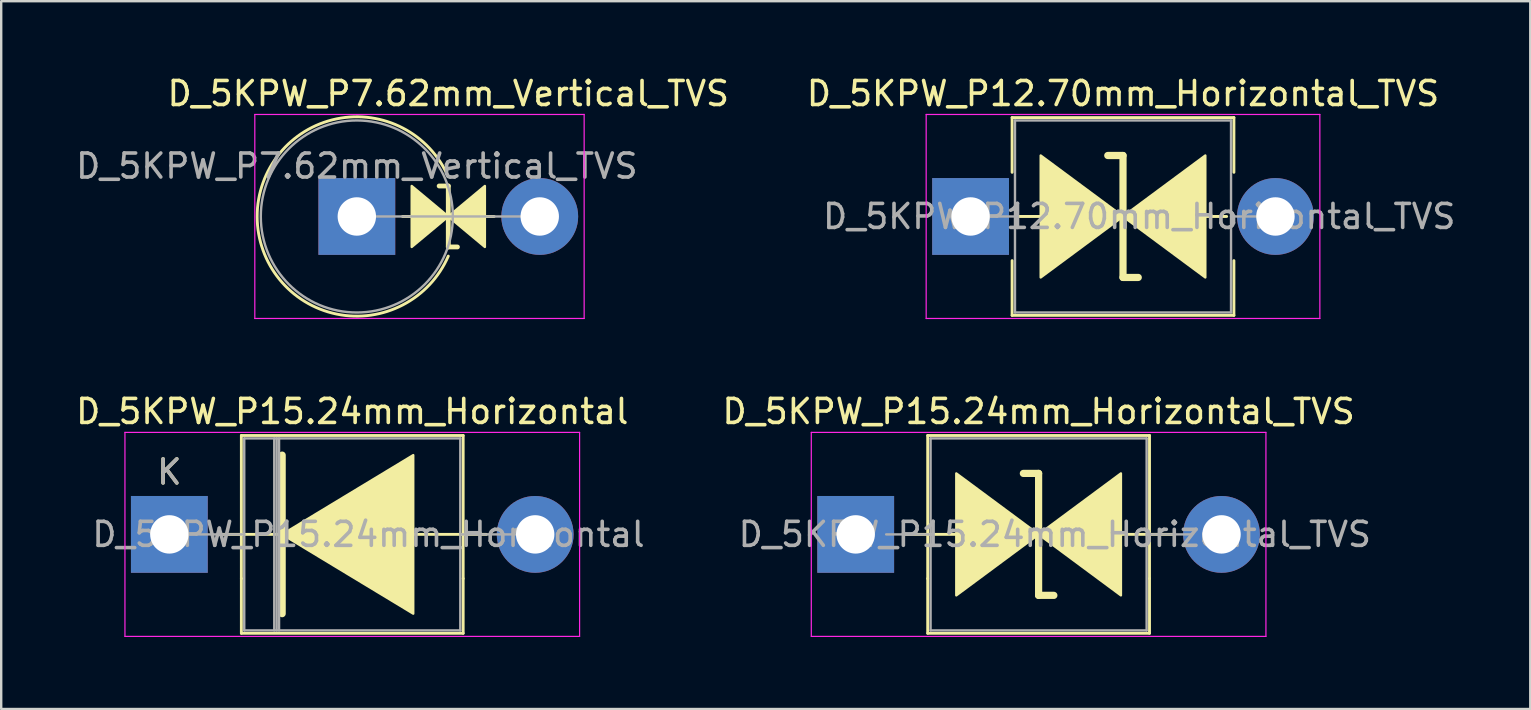
<source format=kicad_pcb>
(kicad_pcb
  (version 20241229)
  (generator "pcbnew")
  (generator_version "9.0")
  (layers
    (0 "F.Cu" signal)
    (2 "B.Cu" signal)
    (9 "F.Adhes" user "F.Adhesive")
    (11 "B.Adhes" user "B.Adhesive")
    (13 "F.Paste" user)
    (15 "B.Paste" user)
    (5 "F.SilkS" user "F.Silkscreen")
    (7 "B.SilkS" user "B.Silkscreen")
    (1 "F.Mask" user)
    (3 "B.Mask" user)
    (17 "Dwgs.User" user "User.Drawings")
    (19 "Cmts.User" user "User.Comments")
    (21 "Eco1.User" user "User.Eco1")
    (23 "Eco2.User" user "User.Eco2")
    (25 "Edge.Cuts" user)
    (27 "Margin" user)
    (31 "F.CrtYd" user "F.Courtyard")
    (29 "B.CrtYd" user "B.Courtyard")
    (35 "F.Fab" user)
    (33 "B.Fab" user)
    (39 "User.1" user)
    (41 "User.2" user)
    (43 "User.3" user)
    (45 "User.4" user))
  (footprint "D_5KPW_P7.62mm_Vertical_TVS"
    (layer "F.Cu")
    (at 11.815 5.968)
    (property "Reference" "D_5KPW_P7.62mm_Vertical_TVS" (at 3.81 -5.12 0) (layer "F.SilkS") (effects (font (size 1 1) (thickness 0.15))))
    (attr through_hole)
    (fp_line (start 1.905 0) (end 5.72 0) (stroke (width 0.12) (type solid)) (layer "F.SilkS"))
    (fp_line (start 3.81 -1.27) (end 3.429 -1.27) (stroke (width 0.2) (type solid)) (layer "F.SilkS"))
    (fp_line (start 3.81 1.27) (end 3.81 -1.27) (stroke (width 0.2) (type solid)) (layer "F.SilkS"))
    (fp_line (start 3.81 1.27) (end 4.191 1.27) (stroke (width 0.2) (type solid)) (layer "F.SilkS"))
    (fp_arc (start 3.809999 1.651) (mid -4.152336 0) (end 3.809999 -1.650999) (stroke (width 0.12) (type solid)) (layer "F.SilkS"))
    (fp_poly (pts (xy 3.81 0) (xy 2.286 1.27) (xy 2.286 -1.27)) (stroke (width 0.1) (type solid)) (fill yes) (layer "F.SilkS"))
    (fp_poly (pts (xy 5.334 1.27) (xy 3.81 0) (xy 5.334 -1.27)) (stroke (width 0.1) (type solid)) (fill yes) (layer "F.SilkS"))
    (fp_line (start -4.25 -4.25) (end -4.25 4.25) (stroke (width 0.05) (type solid)) (layer "F.CrtYd"))
    (fp_line (start -4.25 4.25) (end 9.47 4.25) (stroke (width 0.05) (type solid)) (layer "F.CrtYd"))
    (fp_line (start 9.47 -4.25) (end -4.25 -4.25) (stroke (width 0.05) (type solid)) (layer "F.CrtYd"))
    (fp_line (start 9.47 4.25) (end 9.47 -4.25) (stroke (width 0.05) (type solid)) (layer "F.CrtYd"))
    (fp_line (start 0 0) (end 7.62 0) (stroke (width 0.1) (type solid)) (layer "F.Fab"))
    (fp_circle (center 0 0) (end 4 0) (stroke (width 0.1) (type solid)) (fill no) (layer "F.Fab"))
    (fp_text user "${REFERENCE}" (at 0 -2.1 0) (layer "F.Fab") (effects (font (size 1 1) (thickness 0.15))))
    (pad "1" thru_hole rect (at 0 0) (size 3.2 3.2) (drill 1.6) (layers "*.Cu" "*.Mask"))
    (pad "2" thru_hole oval (at 7.62 0) (size 3.2 3.2) (drill 1.6) (layers "*.Cu" "*.Mask")))
  (footprint "D_5KPW_P12.70mm_Horizontal_TVS"
    (layer "F.Cu")
    (at 37.383 5.968)
    (property "Reference" "D_5KPW_P12.70mm_Horizontal_TVS" (at 6.35 -5.12 0) (layer "F.SilkS") (effects (font (size 1 1) (thickness 0.15))))
    (attr through_hole)
    (fp_line (start 1.73 -4.12) (end 10.97 -4.12) (stroke (width 0.12) (type solid)) (layer "F.SilkS"))
    (fp_line (start 1.73 -1.84) (end 1.73 -4.12) (stroke (width 0.12) (type solid)) (layer "F.SilkS"))
    (fp_line (start 1.73 1.84) (end 1.73 4.12) (stroke (width 0.12) (type solid)) (layer "F.SilkS"))
    (fp_line (start 1.73 4.12) (end 10.97 4.12) (stroke (width 0.12) (type solid)) (layer "F.SilkS"))
    (fp_line (start 2.921 0) (end 2.032 0) (stroke (width 0.12) (type solid)) (layer "F.SilkS"))
    (fp_line (start 6.35 -2.54) (end 5.715 -2.54) (stroke (width 0.3) (type solid)) (layer "F.SilkS"))
    (fp_line (start 6.35 2.54) (end 6.35 -2.54) (stroke (width 0.3) (type solid)) (layer "F.SilkS"))
    (fp_line (start 6.985 2.54) (end 6.35 2.54) (stroke (width 0.3) (type solid)) (layer "F.SilkS"))
    (fp_line (start 10.668 0) (end 9.779 0) (stroke (width 0.12) (type solid)) (layer "F.SilkS"))
    (fp_line (start 10.97 -4.12) (end 10.97 -1.84) (stroke (width 0.12) (type solid)) (layer "F.SilkS"))
    (fp_line (start 10.97 4.12) (end 10.97 1.84) (stroke (width 0.12) (type solid)) (layer "F.SilkS"))
    (fp_poly (pts (xy 6.35 0) (xy 2.921 2.54) (xy 2.921 -2.54)) (stroke (width 0.1) (type solid)) (fill yes) (layer "F.SilkS"))
    (fp_poly (pts (xy 6.35 0) (xy 9.779 -2.54) (xy 9.779 2.54)) (stroke (width 0.1) (type solid)) (fill yes) (layer "F.SilkS"))
    (fp_line (start -1.85 -4.25) (end -1.85 4.25) (stroke (width 0.05) (type solid)) (layer "F.CrtYd"))
    (fp_line (start -1.85 4.25) (end 14.55 4.25) (stroke (width 0.05) (type solid)) (layer "F.CrtYd"))
    (fp_line (start 14.55 -4.25) (end -1.85 -4.25) (stroke (width 0.05) (type solid)) (layer "F.CrtYd"))
    (fp_line (start 14.55 4.25) (end 14.55 -4.25) (stroke (width 0.05) (type solid)) (layer "F.CrtYd"))
    (fp_line (start 0 0) (end 1.85 0) (stroke (width 0.1) (type solid)) (layer "F.Fab"))
    (fp_line (start 1.85 -4) (end 1.85 4) (stroke (width 0.1) (type solid)) (layer "F.Fab"))
    (fp_line (start 1.85 4) (end 10.85 4) (stroke (width 0.1) (type solid)) (layer "F.Fab"))
    (fp_line (start 10.85 -4) (end 1.85 -4) (stroke (width 0.1) (type solid)) (layer "F.Fab"))
    (fp_line (start 10.85 4) (end 10.85 -4) (stroke (width 0.1) (type solid)) (layer "F.Fab"))
    (fp_line (start 12.7 0) (end 10.85 0) (stroke (width 0.1) (type solid)) (layer "F.Fab"))
    (fp_text user "${REFERENCE}" (at 7.025 0 0) (layer "F.Fab") (effects (font (size 1 1) (thickness 0.15))))
    (pad "1" thru_hole rect (at 0 0) (size 3.2 3.2) (drill 1.6) (layers "*.Cu" "*.Mask"))
    (pad "2" thru_hole oval (at 12.7 0) (size 3.2 3.2) (drill 1.6) (layers "*.Cu" "*.Mask")))
  (footprint "D_5KPW_P15.24mm_Horizontal"
    (layer "F.Cu")
    (at 4.005 19.212)
    (property "Reference" "D_5KPW_P15.24mm_Horizontal" (at 7.62 -5.12 0) (layer "F.SilkS") (effects (font (size 1 1) (thickness 0.15))))
    (attr through_hole)
    (fp_line (start 2.032 0) (end 4.699 0) (stroke (width 0.12) (type solid)) (layer "F.SilkS"))
    (fp_line (start 3 -4.12) (end 12.24 -4.12) (stroke (width 0.12) (type solid)) (layer "F.SilkS"))
    (fp_line (start 3 1.84) (end 3 -4.12) (stroke (width 0.12) (type solid)) (layer "F.SilkS"))
    (fp_line (start 3 1.84) (end 3 4.12) (stroke (width 0.12) (type solid)) (layer "F.SilkS"))
    (fp_line (start 3 4.12) (end 12.24 4.12) (stroke (width 0.12) (type solid)) (layer "F.SilkS"))
    (fp_line (start 4.699 -3.302) (end 4.699 3.302) (stroke (width 0.3) (type solid)) (layer "F.SilkS"))
    (fp_line (start 12.24 -4.12) (end 12.24 1.84) (stroke (width 0.12) (type solid)) (layer "F.SilkS"))
    (fp_line (start 12.24 4.12) (end 12.24 1.84) (stroke (width 0.12) (type solid)) (layer "F.SilkS"))
    (fp_line (start 13.208 0) (end 9.67 0) (stroke (width 0.12) (type solid)) (layer "F.SilkS"))
    (fp_poly (pts (xy 10.16 3.302) (xy 4.699 0) (xy 10.16 -3.302)) (stroke (width 0.1) (type solid)) (fill yes) (layer "F.SilkS"))
    (fp_line (start -1.85 -4.25) (end -1.85 4.25) (stroke (width 0.05) (type solid)) (layer "F.CrtYd"))
    (fp_line (start -1.85 4.25) (end 17.09 4.25) (stroke (width 0.05) (type solid)) (layer "F.CrtYd"))
    (fp_line (start 17.09 -4.25) (end -1.85 -4.25) (stroke (width 0.05) (type solid)) (layer "F.CrtYd"))
    (fp_line (start 17.09 4.25) (end 17.09 -4.25) (stroke (width 0.05) (type solid)) (layer "F.CrtYd"))
    (fp_line (start 0 0) (end 3.12 0) (stroke (width 0.1) (type solid)) (layer "F.Fab"))
    (fp_line (start 3.12 -4) (end 3.12 4) (stroke (width 0.1) (type solid)) (layer "F.Fab"))
    (fp_line (start 3.12 4) (end 12.12 4) (stroke (width 0.1) (type solid)) (layer "F.Fab"))
    (fp_line (start 4.37 -4) (end 4.37 4) (stroke (width 0.1) (type solid)) (layer "F.Fab"))
    (fp_line (start 4.47 -4) (end 4.47 4) (stroke (width 0.1) (type solid)) (layer "F.Fab"))
    (fp_line (start 4.57 -4) (end 4.57 4) (stroke (width 0.1) (type solid)) (layer "F.Fab"))
    (fp_line (start 12.12 -4) (end 3.12 -4) (stroke (width 0.1) (type solid)) (layer "F.Fab"))
    (fp_line (start 12.12 4) (end 12.12 -4) (stroke (width 0.1) (type solid)) (layer "F.Fab"))
    (fp_line (start 15.24 0) (end 12.12 0) (stroke (width 0.1) (type solid)) (layer "F.Fab"))
    (fp_text user "K" (at 0 -2.6 0) (layer "F.SilkS") (effects (font (size 1 1) (thickness 0.15))))
    (fp_text user "K" (at 0 -2.6 0) (layer "F.Fab") (effects (font (size 1 1) (thickness 0.15))))
    (fp_text user "${REFERENCE}" (at 8.295 0 0) (layer "F.Fab") (effects (font (size 1 1) (thickness 0.15))))
    (pad "1" thru_hole rect (at 0 0) (size 3.2 3.2) (drill 1.6) (layers "*.Cu" "*.Mask"))
    (pad "2" thru_hole oval (at 15.24 0) (size 3.2 3.2) (drill 1.6) (layers "*.Cu" "*.Mask")))
  (footprint "D_5KPW_P15.24mm_Horizontal_TVS"
    (layer "F.Cu")
    (at 32.597 19.212)
    (property "Reference" "D_5KPW_P15.24mm_Horizontal_TVS" (at 7.62 -5.12 0) (layer "F.SilkS") (effects (font (size 1 1) (thickness 0.15))))
    (attr through_hole)
    (fp_line (start 3 -4.12) (end 12.24 -4.12) (stroke (width 0.12) (type solid)) (layer "F.SilkS"))
    (fp_line (start 3 1.84) (end 3 -4.12) (stroke (width 0.12) (type solid)) (layer "F.SilkS"))
    (fp_line (start 3 1.84) (end 3 4.12) (stroke (width 0.12) (type solid)) (layer "F.SilkS"))
    (fp_line (start 3 4.12) (end 12.24 4.12) (stroke (width 0.12) (type solid)) (layer "F.SilkS"))
    (fp_line (start 4.191 0) (end 2.032 0) (stroke (width 0.12) (type solid)) (layer "F.SilkS"))
    (fp_line (start 7.62 -2.54) (end 6.985 -2.54) (stroke (width 0.3) (type solid)) (layer "F.SilkS"))
    (fp_line (start 7.62 2.54) (end 7.62 -2.54) (stroke (width 0.3) (type solid)) (layer "F.SilkS"))
    (fp_line (start 8.255 2.54) (end 7.62 2.54) (stroke (width 0.3) (type solid)) (layer "F.SilkS"))
    (fp_line (start 12.24 -4.12) (end 12.24 1.84) (stroke (width 0.12) (type solid)) (layer "F.SilkS"))
    (fp_line (start 12.24 4.12) (end 12.24 1.84) (stroke (width 0.12) (type solid)) (layer "F.SilkS"))
    (fp_line (start 13.208 0) (end 11.049 0) (stroke (width 0.12) (type solid)) (layer "F.SilkS"))
    (fp_poly (pts (xy 7.62 0) (xy 4.191 2.54) (xy 4.191 -2.54)) (stroke (width 0.1) (type solid)) (fill yes) (layer "F.SilkS"))
    (fp_poly (pts (xy 7.62 0) (xy 11.049 -2.54) (xy 11.049 2.54)) (stroke (width 0.1) (type solid)) (fill yes) (layer "F.SilkS"))
    (fp_line (start -1.85 -4.25) (end -1.85 4.25) (stroke (width 0.05) (type solid)) (layer "F.CrtYd"))
    (fp_line (start -1.85 4.25) (end 17.09 4.25) (stroke (width 0.05) (type solid)) (layer "F.CrtYd"))
    (fp_line (start 17.09 -4.25) (end -1.85 -4.25) (stroke (width 0.05) (type solid)) (layer "F.CrtYd"))
    (fp_line (start 17.09 4.25) (end 17.09 -4.25) (stroke (width 0.05) (type solid)) (layer "F.CrtYd"))
    (fp_line (start 1.27 0) (end 3.12 0) (stroke (width 0.1) (type solid)) (layer "F.Fab"))
    (fp_line (start 3.12 -4) (end 3.12 4) (stroke (width 0.1) (type solid)) (layer "F.Fab"))
    (fp_line (start 3.12 4) (end 12.12 4) (stroke (width 0.1) (type solid)) (layer "F.Fab"))
    (fp_line (start 12.12 -4) (end 3.12 -4) (stroke (width 0.1) (type solid)) (layer "F.Fab"))
    (fp_line (start 12.12 4) (end 12.12 -4) (stroke (width 0.1) (type solid)) (layer "F.Fab"))
    (fp_line (start 13.97 0) (end 12.12 0) (stroke (width 0.1) (type solid)) (layer "F.Fab"))
    (fp_text user "${REFERENCE}" (at 8.295 0 0) (layer "F.Fab") (effects (font (size 1 1) (thickness 0.15))))
    (pad "1" thru_hole rect (at 0 0) (size 3.2 3.2) (drill 1.6) (layers "*.Cu" "*.Mask"))
    (pad "2" thru_hole oval (at 15.24 0) (size 3.2 3.2) (drill 1.6) (layers "*.Cu" "*.Mask")))
  (gr_rect
    (start -3 -3)
    (end 60.699 26.486)
    (stroke (width 0.1) (type default))
    (fill no)
    (layer "Edge.Cuts")))
</source>
